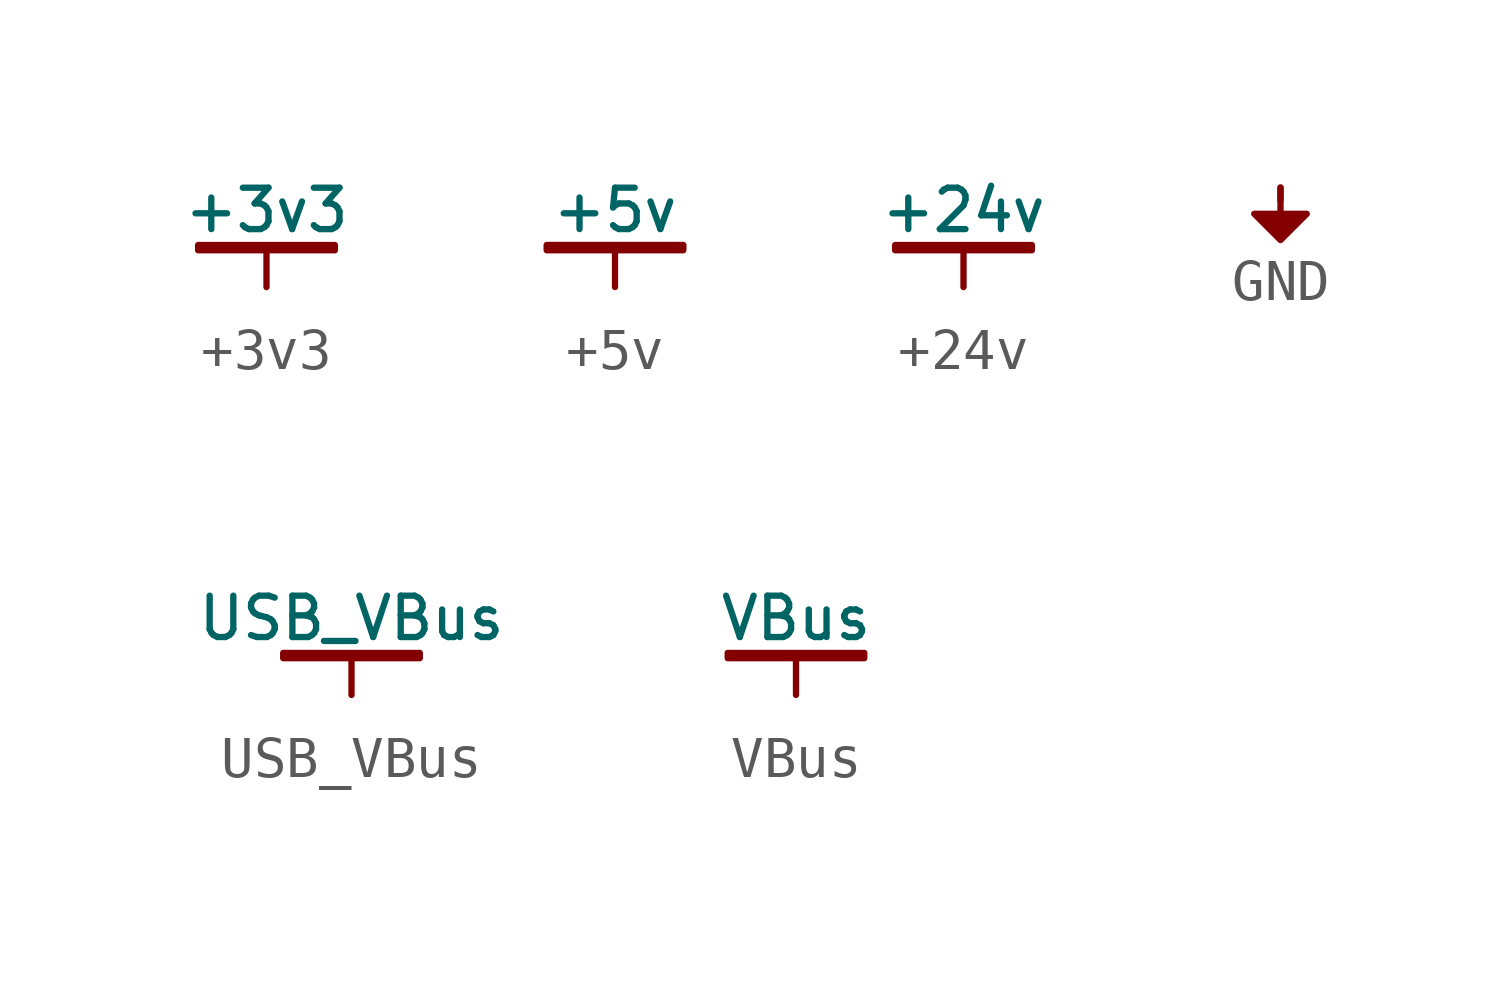
<source format=kicad_sym>
(kicad_symbol_lib
  (version 20220914)
  (generator kicad_symbol_editor)
  (symbol "+3v3"
    (power)
    (pin_names
      (offset 0))
    (property "Reference" "#PWR"
      (at 0 -3.81 0)
      (effects (font (size 1.0 1.0)) hide))
    (property "Value" "+3v3"
      (at 0 1.27 0)
      (do_not_autoplace)
      (effects (font (size 1.0 1.0)) (justify bottom)))
    (symbol "+3v3_0_1"
      (rectangle (start -1.651 1.016) (end 1.651 0.889) (stroke (width 0) (type default)) (fill (type none)))
      (polyline (pts (xy 0 0) (xy 0 0.889)) (stroke (width 0) (type default)) (fill (type none))))
    (symbol "+3v3_1_1"
      (pin power_in line (at 0 0 90) (length 0) hide (name "+3v3" (effects (font (size 1.0 1.0)))) (number "1" (effects (font (size 1.0 1.0)))))))
  (symbol "+5v"
    (power)
    (pin_names
      (offset 0))
    (property "Reference" "#PWR"
      (at 0 -3.81 0)
      (effects (font (size 1.0 1.0)) hide))
    (property "Value" "+5v"
      (at 0 1.27 0)
      (do_not_autoplace)
      (effects (font (size 1.0 1.0)) (justify bottom)))
    (symbol "+5v_0_1"
      (rectangle (start -1.651 1.016) (end 1.651 0.889) (stroke (width 0) (type default)) (fill (type none)))
      (polyline (pts (xy 0 0) (xy 0 0.889)) (stroke (width 0) (type default)) (fill (type none))))
    (symbol "+5v_1_1"
      (pin power_in line (at 0 0 90) (length 0) hide (name "+5v" (effects (font (size 1.0 1.0)))) (number "1" (effects (font (size 1.0 1.0)))))))
  (symbol "+24v"
    (power)
    (pin_names
      (offset 0))
    (property "Reference" "#PWR"
      (at 0 -3.81 0)
      (effects (font (size 1.0 1.0)) hide))
    (property "Value" "+24v"
      (at 0 1.27 0)
      (do_not_autoplace)
      (effects (font (size 1.0 1.0)) (justify bottom)))
    (symbol "+24v_0_1"
      (rectangle (start -1.651 1.016) (end 1.651 0.889) (stroke (width 0) (type default)) (fill (type none)))
      (polyline (pts (xy 0 0) (xy 0 0.889)) (stroke (width 0) (type default)) (fill (type none))))
    (symbol "+24v_1_1"
      (pin power_in line (at 0 0 90) (length 0) hide (name "+24v" (effects (font (size 1.0 1.0)))) (number "1" (effects (font (size 1.0 1.0)))))))
  (symbol "GND"
    (power)
    (pin_names
      (offset 0))
    (property "Reference" "#PWR"
      (at 0 -6.35 0)
      (effects (font (size 1.0 1.0)) hide))
    (symbol "GND_0_1"
      (polyline (pts (xy 0 0) (xy 0 -0.635)) (stroke (width 0) (type default)) (fill (type none)))
      (polyline (pts (xy 0 0) (xy 0 -0.305)) (stroke (width 0) (type default)) (fill (type none))))
    (symbol "GND_1_1"
      (polyline (pts (xy -0.635 -0.635) (xy 0 -1.27) (xy 0.635 -0.635) (xy -0.635 -0.635)) (stroke (width 0) (type default)) (fill (type outline)))
      (pin power_in line (at 0 0 270) (length 0) hide (name "GND" (effects (font (size 1.0 1.0)))) (number "1" (effects (font (size 1.0 1.0)))))))
  (symbol "USB_VBus"
    (power)
    (pin_names
      (offset 0))
    (property "Reference" "#PWR"
      (at 0 -3.81 0)
      (effects (font (size 1.0 1.0)) hide))
    (property "Value" "USB_VBus"
      (at 0 1.27 0)
      (do_not_autoplace)
      (effects (font (size 1.0 1.0)) (justify bottom)))
    (symbol "USB_VBus_0_1"
      (rectangle (start -1.651 1.016) (end 1.651 0.889) (stroke (width 0) (type default)) (fill (type none)))
      (polyline (pts (xy 0 0) (xy 0 0.889)) (stroke (width 0) (type default)) (fill (type none))))
    (symbol "USB_VBus_1_1"
      (pin power_in line (at 0 0 90) (length 0) hide (name "USB_VBus" (effects (font (size 1.0 1.0)))) (number "1" (effects (font (size 1.0 1.0)))))))
  (symbol "VBus"
    (power)
    (pin_names
      (offset 0))
    (property "Reference" "#PWR"
      (at 0 -3.81 0)
      (effects (font (size 1.0 1.0)) hide))
    (property "Value" "VBus"
      (at 0 1.27 0)
      (do_not_autoplace)
      (effects (font (size 1.0 1.0)) (justify bottom)))
    (symbol "VBus_0_1"
      (rectangle (start -1.651 1.016) (end 1.651 0.889) (stroke (width 0) (type default)) (fill (type none)))
      (polyline (pts (xy 0 0) (xy 0 0.889)) (stroke (width 0) (type default)) (fill (type none))))
    (symbol "VBus_1_1"
      (pin power_in line (at 0 0 90) (length 0) hide (name "VBus" (effects (font (size 1.0 1.0)))) (number "1" (effects (font (size 1.0 1.0))))))))
</source>
